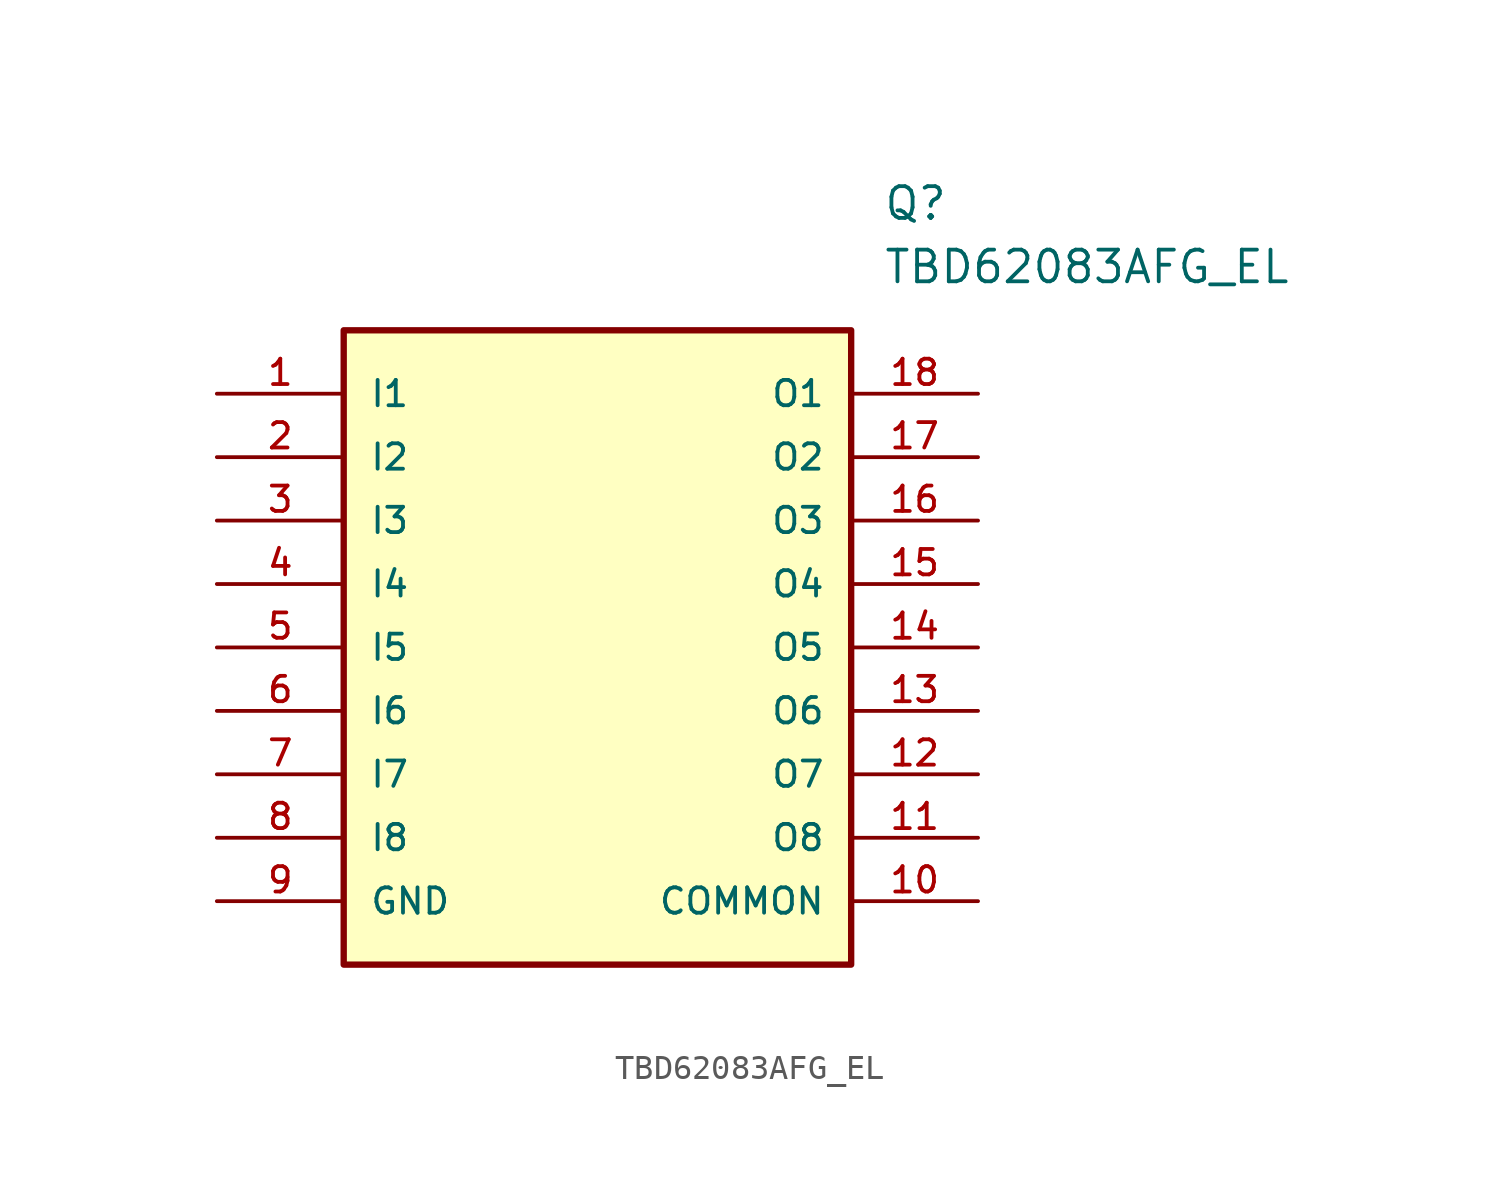
<source format=kicad_sym>
(kicad_symbol_lib
  (version 20241209)
  (generator "kicad_symbol_editor")
  (generator_version "9.0")
  (symbol "TBD62083AFG_EL"
    (pin_names
      (offset 1.016))
    (property "Reference" "Q"
      (at 26.67 7.62 0)
      (effects (font (size 1.27 1.27)) (justify left)))
    (property "Value" "TBD62083AFG_EL"
      (at 26.67 5.08 0)
      (effects (font (size 1.27 1.27)) (justify left)))
    (symbol "TBD62083AFG_EL_0_0"
      (rectangle (start 5.08 -22.86) (end 25.4 2.54) (stroke (width 0.254) (type default)) (fill (type background)))
      (pin bidirectional line (at 0 0 0) (length 5.08) (name "I1" (effects (font (size 1.016 1.016)))) (number "1" (effects (font (size 1.016 1.016)))))
      (pin bidirectional line (at 0 -2.54 0) (length 5.08) (name "I2" (effects (font (size 1.016 1.016)))) (number "2" (effects (font (size 1.016 1.016)))))
      (pin bidirectional line (at 0 -5.08 0) (length 5.08) (name "I3" (effects (font (size 1.016 1.016)))) (number "3" (effects (font (size 1.016 1.016)))))
      (pin bidirectional line (at 0 -7.62 0) (length 5.08) (name "I4" (effects (font (size 1.016 1.016)))) (number "4" (effects (font (size 1.016 1.016)))))
      (pin bidirectional line (at 0 -10.16 0) (length 5.08) (name "I5" (effects (font (size 1.016 1.016)))) (number "5" (effects (font (size 1.016 1.016)))))
      (pin bidirectional line (at 0 -12.7 0) (length 5.08) (name "I6" (effects (font (size 1.016 1.016)))) (number "6" (effects (font (size 1.016 1.016)))))
      (pin bidirectional line (at 0 -15.24 0) (length 5.08) (name "I7" (effects (font (size 1.016 1.016)))) (number "7" (effects (font (size 1.016 1.016)))))
      (pin bidirectional line (at 0 -17.78 0) (length 5.08) (name "I8" (effects (font (size 1.016 1.016)))) (number "8" (effects (font (size 1.016 1.016)))))
      (pin bidirectional line (at 0 -20.32 0) (length 5.08) (name "GND" (effects (font (size 1.016 1.016)))) (number "9" (effects (font (size 1.016 1.016)))))
      (pin bidirectional line (at 30.48 0 180) (length 5.08) (name "O1" (effects (font (size 1.016 1.016)))) (number "18" (effects (font (size 1.016 1.016)))))
      (pin bidirectional line (at 30.48 -2.54 180) (length 5.08) (name "O2" (effects (font (size 1.016 1.016)))) (number "17" (effects (font (size 1.016 1.016)))))
      (pin bidirectional line (at 30.48 -5.08 180) (length 5.08) (name "O3" (effects (font (size 1.016 1.016)))) (number "16" (effects (font (size 1.016 1.016)))))
      (pin bidirectional line (at 30.48 -7.62 180) (length 5.08) (name "O4" (effects (font (size 1.016 1.016)))) (number "15" (effects (font (size 1.016 1.016)))))
      (pin bidirectional line (at 30.48 -10.16 180) (length 5.08) (name "O5" (effects (font (size 1.016 1.016)))) (number "14" (effects (font (size 1.016 1.016)))))
      (pin bidirectional line (at 30.48 -12.7 180) (length 5.08) (name "O6" (effects (font (size 1.016 1.016)))) (number "13" (effects (font (size 1.016 1.016)))))
      (pin bidirectional line (at 30.48 -15.24 180) (length 5.08) (name "O7" (effects (font (size 1.016 1.016)))) (number "12" (effects (font (size 1.016 1.016)))))
      (pin bidirectional line (at 30.48 -17.78 180) (length 5.08) (name "O8" (effects (font (size 1.016 1.016)))) (number "11" (effects (font (size 1.016 1.016)))))
      (pin bidirectional line (at 30.48 -20.32 180) (length 5.08) (name "COMMON" (effects (font (size 1.016 1.016)))) (number "10" (effects (font (size 1.016 1.016))))))))
</source>
